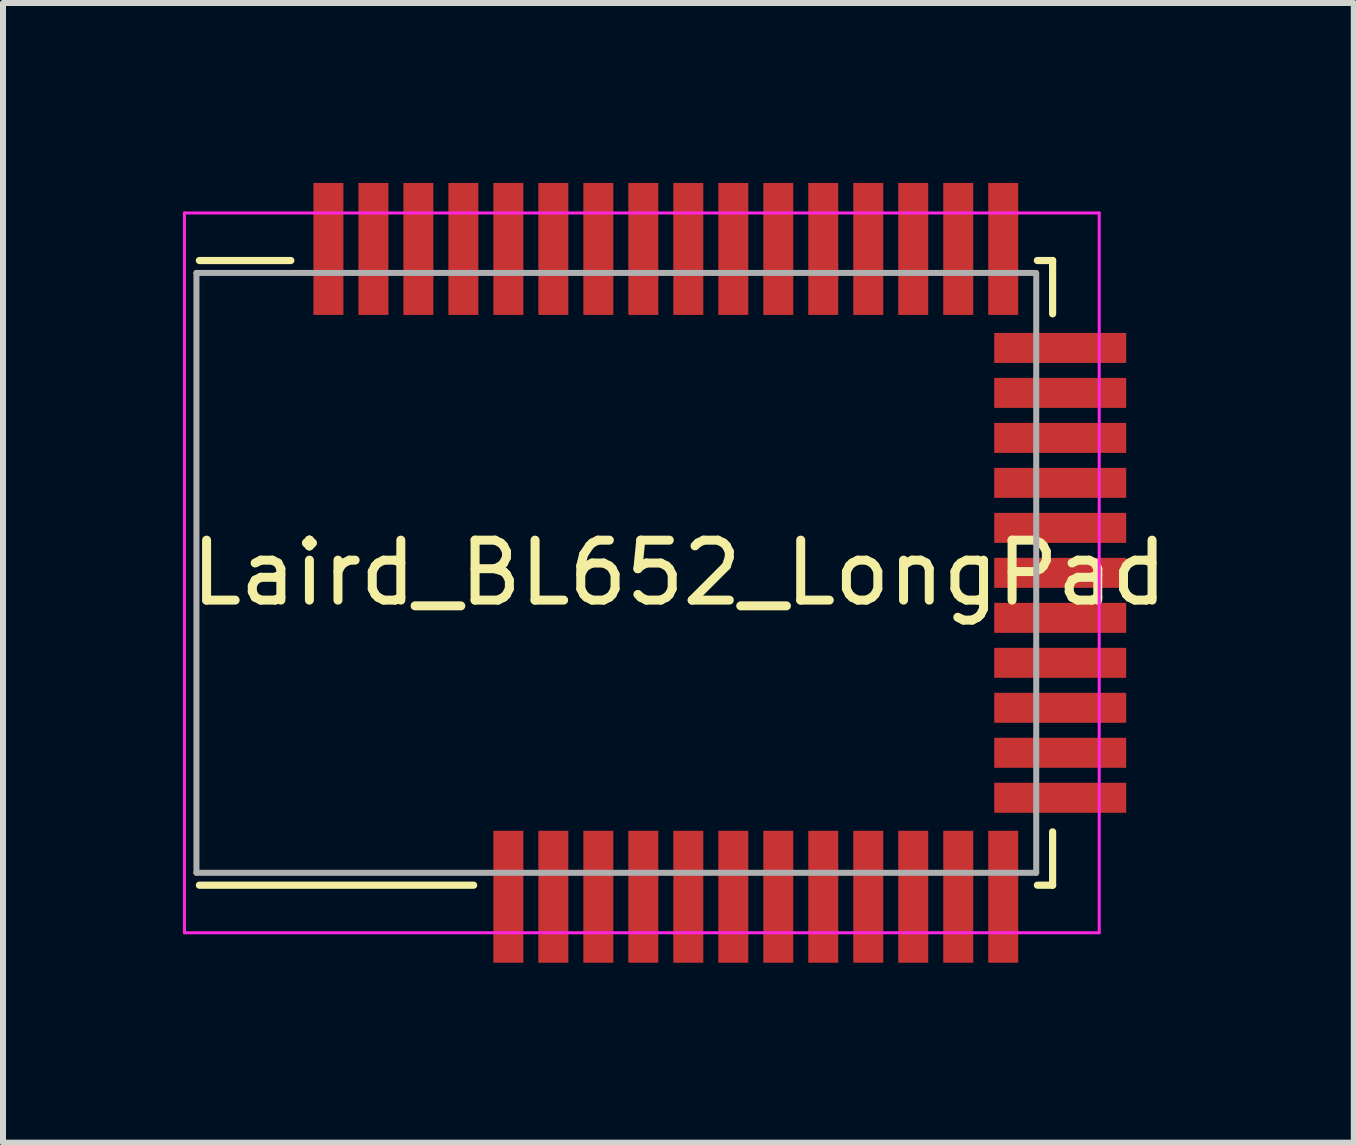
<source format=kicad_pcb>
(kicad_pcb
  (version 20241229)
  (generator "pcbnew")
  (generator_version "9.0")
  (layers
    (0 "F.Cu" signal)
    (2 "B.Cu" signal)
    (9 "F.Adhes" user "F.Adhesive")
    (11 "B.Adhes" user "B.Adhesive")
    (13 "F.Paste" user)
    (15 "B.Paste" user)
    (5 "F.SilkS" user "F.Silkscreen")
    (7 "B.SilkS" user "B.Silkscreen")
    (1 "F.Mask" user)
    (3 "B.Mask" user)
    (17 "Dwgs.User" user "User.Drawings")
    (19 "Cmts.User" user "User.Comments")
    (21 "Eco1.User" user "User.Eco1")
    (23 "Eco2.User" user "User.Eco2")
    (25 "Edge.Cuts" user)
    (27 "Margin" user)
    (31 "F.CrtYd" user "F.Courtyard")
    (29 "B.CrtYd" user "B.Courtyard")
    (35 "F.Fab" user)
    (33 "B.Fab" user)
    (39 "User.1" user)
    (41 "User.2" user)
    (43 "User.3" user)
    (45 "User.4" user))
  (footprint "Laird_BL652_LongPad"
    (layer "F.Cu")
    (at 8.275 6.5)
    (property "Reference" "Laird_BL652_LongPad" (at 0 0 0) (layer "F.SilkS") (effects (font (size 1 1) (thickness 0.15))))
    (attr smd)
    (fp_line (start -8.001 -5.207) (end -6.477 -5.207) (stroke (width 0.12) (type solid)) (layer "F.SilkS"))
    (fp_line (start -3.429 5.207) (end -8.001 5.207) (stroke (width 0.12) (type solid)) (layer "F.SilkS"))
    (fp_line (start 5.969 -5.207) (end 6.223 -5.207) (stroke (width 0.12) (type solid)) (layer "F.SilkS"))
    (fp_line (start 6.223 -5.207) (end 6.223 -4.318) (stroke (width 0.12) (type solid)) (layer "F.SilkS"))
    (fp_line (start 6.223 5.207) (end 5.969 5.207) (stroke (width 0.12) (type solid)) (layer "F.SilkS"))
    (fp_line (start 6.223 5.207) (end 6.223 4.318) (stroke (width 0.12) (type solid)) (layer "F.SilkS"))
    (fp_line (start -8.25 -6) (end 7 -6) (stroke (width 0.05) (type solid)) (layer "F.CrtYd"))
    (fp_line (start -8.25 6) (end -8.25 -6) (stroke (width 0.05) (type solid)) (layer "F.CrtYd"))
    (fp_line (start 7 -6) (end 7 6) (stroke (width 0.05) (type solid)) (layer "F.CrtYd"))
    (fp_line (start 7 6) (end -8.25 6) (stroke (width 0.05) (type solid)) (layer "F.CrtYd"))
    (fp_line (start -8.05 -5) (end -8.05 5) (stroke (width 0.1) (type solid)) (layer "F.Fab"))
    (fp_line (start -8.05 -5) (end 5.9 -5) (stroke (width 0.1) (type solid)) (layer "F.Fab"))
    (fp_line (start 5.95 -5) (end 5.95 5) (stroke (width 0.1) (type solid)) (layer "F.Fab"))
    (fp_line (start 5.95 5) (end -8.05 5) (stroke (width 0.1) (type solid)) (layer "F.Fab"))
    (pad "1" smd rect (at -5.85 -5.4 90) (size 2.2 0.5) (layers "F.Cu" "F.Mask" "F.Paste"))
    (pad "2" smd rect (at -5.1 -5.4 90) (size 2.2 0.5) (layers "F.Cu" "F.Mask" "F.Paste"))
    (pad "3" smd rect (at -4.35 -5.4 90) (size 2.2 0.5) (layers "F.Cu" "F.Mask" "F.Paste"))
    (pad "4" smd rect (at -3.6 -5.4 90) (size 2.2 0.5) (layers "F.Cu" "F.Mask" "F.Paste"))
    (pad "5" smd rect (at -2.85 -5.4 90) (size 2.2 0.5) (layers "F.Cu" "F.Mask" "F.Paste"))
    (pad "6" smd rect (at -2.1 -5.4 90) (size 2.2 0.5) (layers "F.Cu" "F.Mask" "F.Paste"))
    (pad "7" smd rect (at -1.35 -5.4 90) (size 2.2 0.5) (layers "F.Cu" "F.Mask" "F.Paste"))
    (pad "8" smd rect (at -0.6 -5.4 90) (size 2.2 0.5) (layers "F.Cu" "F.Mask" "F.Paste"))
    (pad "9" smd rect (at 0.15 -5.4 90) (size 2.2 0.5) (layers "F.Cu" "F.Mask" "F.Paste"))
    (pad "10" smd rect (at 0.9 -5.4 90) (size 2.2 0.5) (layers "F.Cu" "F.Mask" "F.Paste"))
    (pad "11" smd rect (at 1.65 -5.4 90) (size 2.2 0.5) (layers "F.Cu" "F.Mask" "F.Paste"))
    (pad "12" smd rect (at 2.4 -5.4 90) (size 2.2 0.5) (layers "F.Cu" "F.Mask" "F.Paste"))
    (pad "13" smd rect (at 3.15 -5.4 90) (size 2.2 0.5) (layers "F.Cu" "F.Mask" "F.Paste"))
    (pad "14" smd rect (at 3.9 -5.4 90) (size 2.2 0.5) (layers "F.Cu" "F.Mask" "F.Paste"))
    (pad "15" smd rect (at 4.65 -5.4 90) (size 2.2 0.5) (layers "F.Cu" "F.Mask" "F.Paste"))
    (pad "16" smd rect (at 5.4 -5.4 90) (size 2.2 0.5) (layers "F.Cu" "F.Mask" "F.Paste"))
    (pad "17" smd rect (at 6.35 -3.75) (size 2.2 0.5) (layers "F.Cu" "F.Mask" "F.Paste"))
    (pad "18" smd rect (at 6.35 -3) (size 2.2 0.5) (layers "F.Cu" "F.Mask" "F.Paste"))
    (pad "19" smd rect (at 6.35 -2.25) (size 2.2 0.5) (layers "F.Cu" "F.Mask" "F.Paste"))
    (pad "20" smd rect (at 6.35 -1.5) (size 2.2 0.5) (layers "F.Cu" "F.Mask" "F.Paste"))
    (pad "21" smd rect (at 6.35 -0.75) (size 2.2 0.5) (layers "F.Cu" "F.Mask" "F.Paste"))
    (pad "22" smd rect (at 6.35 0) (size 2.2 0.5) (layers "F.Cu" "F.Mask" "F.Paste"))
    (pad "23" smd rect (at 6.35 0.75) (size 2.2 0.5) (layers "F.Cu" "F.Mask" "F.Paste"))
    (pad "24" smd rect (at 6.35 1.5) (size 2.2 0.5) (layers "F.Cu" "F.Mask" "F.Paste"))
    (pad "25" smd rect (at 6.35 2.25) (size 2.2 0.5) (layers "F.Cu" "F.Mask" "F.Paste"))
    (pad "26" smd rect (at 6.35 3) (size 2.2 0.5) (layers "F.Cu" "F.Mask" "F.Paste"))
    (pad "27" smd rect (at 6.35 3.75) (size 2.2 0.5) (layers "F.Cu" "F.Mask" "F.Paste"))
    (pad "28" smd rect (at 5.4 5.4 90) (size 2.2 0.5) (layers "F.Cu" "F.Mask" "F.Paste"))
    (pad "29" smd rect (at 4.65 5.4 90) (size 2.2 0.5) (layers "F.Cu" "F.Mask" "F.Paste"))
    (pad "30" smd rect (at 3.9 5.4 90) (size 2.2 0.5) (layers "F.Cu" "F.Mask" "F.Paste"))
    (pad "31" smd rect (at 3.15 5.4 90) (size 2.2 0.5) (layers "F.Cu" "F.Mask" "F.Paste"))
    (pad "32" smd rect (at 2.4 5.4 90) (size 2.2 0.5) (layers "F.Cu" "F.Mask" "F.Paste"))
    (pad "33" smd rect (at 1.65 5.4 90) (size 2.2 0.5) (layers "F.Cu" "F.Mask" "F.Paste"))
    (pad "34" smd rect (at 0.9 5.4 90) (size 2.2 0.5) (layers "F.Cu" "F.Mask" "F.Paste"))
    (pad "35" smd rect (at 0.15 5.4 90) (size 2.2 0.5) (layers "F.Cu" "F.Mask" "F.Paste"))
    (pad "36" smd rect (at -0.6 5.4 90) (size 2.2 0.5) (layers "F.Cu" "F.Mask" "F.Paste"))
    (pad "37" smd rect (at -1.35 5.4 90) (size 2.2 0.5) (layers "F.Cu" "F.Mask" "F.Paste"))
    (pad "38" smd rect (at -2.1 5.4 90) (size 2.2 0.5) (layers "F.Cu" "F.Mask" "F.Paste"))
    (pad "39" smd rect (at -2.85 5.4 90) (size 2.2 0.5) (layers "F.Cu" "F.Mask" "F.Paste")))
  (gr_rect
    (start -3 -3)
    (end 19.519 16)
    (stroke (width 0.1) (type default))
    (fill no)
    (layer "Edge.Cuts")))
</source>
